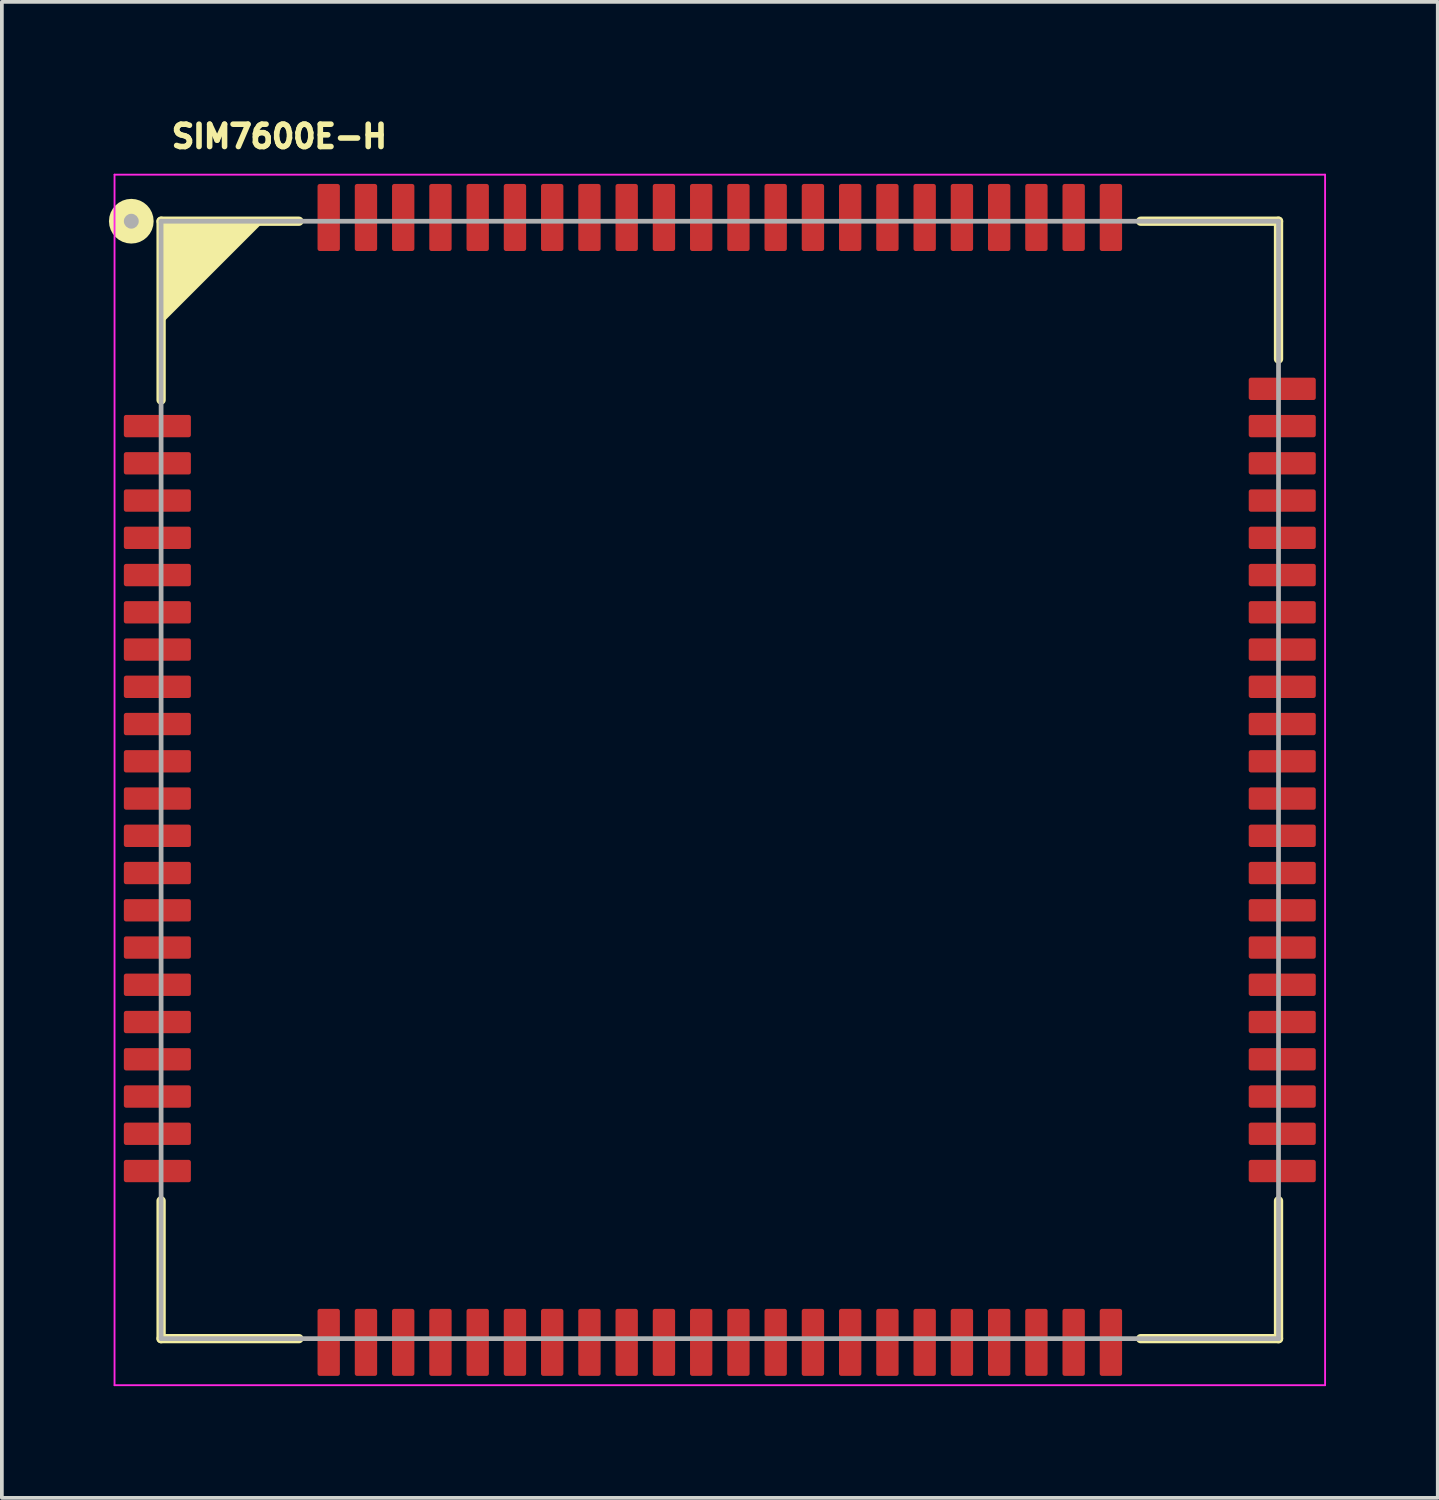
<source format=kicad_pcb>
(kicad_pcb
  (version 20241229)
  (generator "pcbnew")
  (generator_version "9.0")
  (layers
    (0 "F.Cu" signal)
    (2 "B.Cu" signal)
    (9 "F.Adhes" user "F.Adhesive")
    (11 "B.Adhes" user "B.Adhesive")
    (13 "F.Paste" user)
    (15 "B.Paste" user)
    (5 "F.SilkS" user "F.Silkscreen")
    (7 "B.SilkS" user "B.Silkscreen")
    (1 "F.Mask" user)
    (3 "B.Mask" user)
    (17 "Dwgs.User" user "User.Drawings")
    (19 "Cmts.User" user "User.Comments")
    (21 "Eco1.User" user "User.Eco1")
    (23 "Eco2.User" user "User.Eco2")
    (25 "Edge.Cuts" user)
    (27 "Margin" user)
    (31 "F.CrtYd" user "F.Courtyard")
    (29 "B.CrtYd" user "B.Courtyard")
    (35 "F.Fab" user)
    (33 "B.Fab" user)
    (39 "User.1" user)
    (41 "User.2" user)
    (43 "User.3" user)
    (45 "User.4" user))
  (footprint "SIM7600E-H"
    (layer "F.Cu")
    (at 16.275 17.889)
    (property "Reference" "SIM7600E-H" (at -11.825 -17.275 0) (layer "F.SilkS") (effects (font (size 0.6 0.6) (thickness 0.15))))
    (attr smd)
    (fp_line (start -15 -15) (end -11.3 -15) (stroke (width 0.25) (type solid)) (layer "F.SilkS"))
    (fp_line (start -15 -10.2) (end -15 -15) (stroke (width 0.25) (type solid)) (layer "F.SilkS"))
    (fp_line (start -15 15) (end -15 11.3) (stroke (width 0.25) (type solid)) (layer "F.SilkS"))
    (fp_line (start -11.3 15) (end -15 15) (stroke (width 0.25) (type solid)) (layer "F.SilkS"))
    (fp_line (start 11.3 -15) (end 15 -15) (stroke (width 0.25) (type solid)) (layer "F.SilkS"))
    (fp_line (start 15 -15) (end 15 -11.3) (stroke (width 0.25) (type solid)) (layer "F.SilkS"))
    (fp_line (start 15 11.3) (end 15 15) (stroke (width 0.25) (type solid)) (layer "F.SilkS"))
    (fp_line (start 15 15) (end 11.3 15) (stroke (width 0.25) (type solid)) (layer "F.SilkS"))
    (fp_circle (center -15.8 -15) (end -15.7 -15) (stroke (width 0.5) (type solid)) (fill no) (layer "F.SilkS"))
    (fp_poly (pts (xy -12.3 -15) (xy -15 -15) (xy -15 -12.3)) (stroke (width 0.1) (type solid)) (fill yes) (layer "F.SilkS"))
    (fp_line (start -16.25 -16.25) (end 16.25 -16.25) (stroke (width 0.05) (type solid)) (layer "F.CrtYd"))
    (fp_line (start -16.25 16.25) (end -16.25 -16.25) (stroke (width 0.05) (type solid)) (layer "F.CrtYd"))
    (fp_line (start 16.25 -16.25) (end 16.25 16.25) (stroke (width 0.05) (type solid)) (layer "F.CrtYd"))
    (fp_line (start 16.25 16.25) (end -16.25 16.25) (stroke (width 0.05) (type solid)) (layer "F.CrtYd"))
    (fp_line (start -15 -15) (end 15 -15) (stroke (width 0.127) (type solid)) (layer "F.Fab"))
    (fp_line (start -15 15) (end -15 -15) (stroke (width 0.127) (type solid)) (layer "F.Fab"))
    (fp_line (start 15 -15) (end 15 15) (stroke (width 0.127) (type solid)) (layer "F.Fab"))
    (fp_line (start 15 15) (end -15 15) (stroke (width 0.127) (type solid)) (layer "F.Fab"))
    (fp_circle (center -15.8 -15) (end -15.7 -15) (stroke (width 0.2) (type solid)) (fill no) (layer "F.Fab"))
    (pad "1" smd roundrect (at -15.1 -9.5) (size 1.8 0.6) (layers "F.Cu" "F.Mask" "F.Paste") (roundrect_rratio 0.1))
    (pad "2" smd roundrect (at -15.1 -8.5) (size 1.8 0.6) (layers "F.Cu" "F.Mask" "F.Paste") (roundrect_rratio 0.1))
    (pad "3" smd roundrect (at -15.1 -7.5) (size 1.8 0.6) (layers "F.Cu" "F.Mask" "F.Paste") (roundrect_rratio 0.1))
    (pad "4" smd roundrect (at -15.1 -6.5) (size 1.8 0.6) (layers "F.Cu" "F.Mask" "F.Paste") (roundrect_rratio 0.1))
    (pad "5" smd roundrect (at -15.1 -5.5) (size 1.8 0.6) (layers "F.Cu" "F.Mask" "F.Paste") (roundrect_rratio 0.1))
    (pad "6" smd roundrect (at -15.1 -4.5) (size 1.8 0.6) (layers "F.Cu" "F.Mask" "F.Paste") (roundrect_rratio 0.1))
    (pad "7" smd roundrect (at -15.1 -3.5) (size 1.8 0.6) (layers "F.Cu" "F.Mask" "F.Paste") (roundrect_rratio 0.1))
    (pad "8" smd roundrect (at -15.1 -2.5) (size 1.8 0.6) (layers "F.Cu" "F.Mask" "F.Paste") (roundrect_rratio 0.1))
    (pad "9" smd roundrect (at -15.1 -1.5) (size 1.8 0.6) (layers "F.Cu" "F.Mask" "F.Paste") (roundrect_rratio 0.1))
    (pad "10" smd roundrect (at -15.1 -0.5) (size 1.8 0.6) (layers "F.Cu" "F.Mask" "F.Paste") (roundrect_rratio 0.1))
    (pad "11" smd roundrect (at -15.1 0.5) (size 1.8 0.6) (layers "F.Cu" "F.Mask" "F.Paste") (roundrect_rratio 0.1))
    (pad "12" smd roundrect (at -15.1 1.5) (size 1.8 0.6) (layers "F.Cu" "F.Mask" "F.Paste") (roundrect_rratio 0.1))
    (pad "13" smd roundrect (at -15.1 2.5) (size 1.8 0.6) (layers "F.Cu" "F.Mask" "F.Paste") (roundrect_rratio 0.1))
    (pad "14" smd roundrect (at -15.1 3.5) (size 1.8 0.6) (layers "F.Cu" "F.Mask" "F.Paste") (roundrect_rratio 0.1))
    (pad "15" smd roundrect (at -15.1 4.5) (size 1.8 0.6) (layers "F.Cu" "F.Mask" "F.Paste") (roundrect_rratio 0.1))
    (pad "16" smd roundrect (at -15.1 5.5) (size 1.8 0.6) (layers "F.Cu" "F.Mask" "F.Paste") (roundrect_rratio 0.1))
    (pad "17" smd roundrect (at -15.1 6.5) (size 1.8 0.6) (layers "F.Cu" "F.Mask" "F.Paste") (roundrect_rratio 0.1))
    (pad "18" smd roundrect (at -15.1 7.5) (size 1.8 0.6) (layers "F.Cu" "F.Mask" "F.Paste") (roundrect_rratio 0.1))
    (pad "19" smd roundrect (at -15.1 8.5) (size 1.8 0.6) (layers "F.Cu" "F.Mask" "F.Paste") (roundrect_rratio 0.1))
    (pad "20" smd roundrect (at -15.1 9.5) (size 1.8 0.6) (layers "F.Cu" "F.Mask" "F.Paste") (roundrect_rratio 0.1))
    (pad "21" smd roundrect (at -9.5 15.1 90) (size 1.8 0.6) (layers "F.Cu" "F.Mask" "F.Paste") (roundrect_rratio 0.1))
    (pad "22" smd roundrect (at -8.5 15.1 90) (size 1.8 0.6) (layers "F.Cu" "F.Mask" "F.Paste") (roundrect_rratio 0.1))
    (pad "23" smd roundrect (at -7.5 15.1 90) (size 1.8 0.6) (layers "F.Cu" "F.Mask" "F.Paste") (roundrect_rratio 0.1))
    (pad "24" smd roundrect (at -6.5 15.1 90) (size 1.8 0.6) (layers "F.Cu" "F.Mask" "F.Paste") (roundrect_rratio 0.1))
    (pad "25" smd roundrect (at -5.5 15.1 90) (size 1.8 0.6) (layers "F.Cu" "F.Mask" "F.Paste") (roundrect_rratio 0.1))
    (pad "26" smd roundrect (at -4.5 15.1 90) (size 1.8 0.6) (layers "F.Cu" "F.Mask" "F.Paste") (roundrect_rratio 0.1))
    (pad "27" smd roundrect (at -3.5 15.1 90) (size 1.8 0.6) (layers "F.Cu" "F.Mask" "F.Paste") (roundrect_rratio 0.1))
    (pad "28" smd roundrect (at -2.5 15.1 90) (size 1.8 0.6) (layers "F.Cu" "F.Mask" "F.Paste") (roundrect_rratio 0.1))
    (pad "29" smd roundrect (at -1.5 15.1 90) (size 1.8 0.6) (layers "F.Cu" "F.Mask" "F.Paste") (roundrect_rratio 0.1))
    (pad "30" smd roundrect (at -0.5 15.1 90) (size 1.8 0.6) (layers "F.Cu" "F.Mask" "F.Paste") (roundrect_rratio 0.1))
    (pad "31" smd roundrect (at 0.5 15.1 90) (size 1.8 0.6) (layers "F.Cu" "F.Mask" "F.Paste") (roundrect_rratio 0.1))
    (pad "32" smd roundrect (at 1.5 15.1 90) (size 1.8 0.6) (layers "F.Cu" "F.Mask" "F.Paste") (roundrect_rratio 0.1))
    (pad "33" smd roundrect (at 2.5 15.1 90) (size 1.8 0.6) (layers "F.Cu" "F.Mask" "F.Paste") (roundrect_rratio 0.1))
    (pad "34" smd roundrect (at 3.5 15.1 90) (size 1.8 0.6) (layers "F.Cu" "F.Mask" "F.Paste") (roundrect_rratio 0.1))
    (pad "35" smd roundrect (at 4.5 15.1 90) (size 1.8 0.6) (layers "F.Cu" "F.Mask" "F.Paste") (roundrect_rratio 0.1))
    (pad "36" smd roundrect (at 5.5 15.1 90) (size 1.8 0.6) (layers "F.Cu" "F.Mask" "F.Paste") (roundrect_rratio 0.1))
    (pad "37" smd roundrect (at 6.5 15.1 90) (size 1.8 0.6) (layers "F.Cu" "F.Mask" "F.Paste") (roundrect_rratio 0.1))
    (pad "38" smd roundrect (at 7.5 15.1 90) (size 1.8 0.6) (layers "F.Cu" "F.Mask" "F.Paste") (roundrect_rratio 0.1))
    (pad "39" smd roundrect (at 8.5 15.1 90) (size 1.8 0.6) (layers "F.Cu" "F.Mask" "F.Paste") (roundrect_rratio 0.1))
    (pad "40" smd roundrect (at 9.5 15.1 90) (size 1.8 0.6) (layers "F.Cu" "F.Mask" "F.Paste") (roundrect_rratio 0.1))
    (pad "41" smd roundrect (at 15.1 9.5) (size 1.8 0.6) (layers "F.Cu" "F.Mask" "F.Paste") (roundrect_rratio 0.1))
    (pad "42" smd roundrect (at 15.1 8.5) (size 1.8 0.6) (layers "F.Cu" "F.Mask" "F.Paste") (roundrect_rratio 0.1))
    (pad "43" smd roundrect (at 15.1 7.5) (size 1.8 0.6) (layers "F.Cu" "F.Mask" "F.Paste") (roundrect_rratio 0.1))
    (pad "44" smd roundrect (at 15.1 6.5) (size 1.8 0.6) (layers "F.Cu" "F.Mask" "F.Paste") (roundrect_rratio 0.1))
    (pad "45" smd roundrect (at 15.1 5.5) (size 1.8 0.6) (layers "F.Cu" "F.Mask" "F.Paste") (roundrect_rratio 0.1))
    (pad "46" smd roundrect (at 15.1 4.5) (size 1.8 0.6) (layers "F.Cu" "F.Mask" "F.Paste") (roundrect_rratio 0.1))
    (pad "47" smd roundrect (at 15.1 3.5) (size 1.8 0.6) (layers "F.Cu" "F.Mask" "F.Paste") (roundrect_rratio 0.1))
    (pad "48" smd roundrect (at 15.1 2.5) (size 1.8 0.6) (layers "F.Cu" "F.Mask" "F.Paste") (roundrect_rratio 0.1))
    (pad "49" smd roundrect (at 15.1 1.5) (size 1.8 0.6) (layers "F.Cu" "F.Mask" "F.Paste") (roundrect_rratio 0.1))
    (pad "50" smd roundrect (at 15.1 0.5) (size 1.8 0.6) (layers "F.Cu" "F.Mask" "F.Paste") (roundrect_rratio 0.1))
    (pad "51" smd roundrect (at 15.1 -0.5) (size 1.8 0.6) (layers "F.Cu" "F.Mask" "F.Paste") (roundrect_rratio 0.1))
    (pad "52" smd roundrect (at 15.1 -1.5) (size 1.8 0.6) (layers "F.Cu" "F.Mask" "F.Paste") (roundrect_rratio 0.1))
    (pad "53" smd roundrect (at 15.1 -2.5) (size 1.8 0.6) (layers "F.Cu" "F.Mask" "F.Paste") (roundrect_rratio 0.1))
    (pad "54" smd roundrect (at 15.1 -3.5) (size 1.8 0.6) (layers "F.Cu" "F.Mask" "F.Paste") (roundrect_rratio 0.1))
    (pad "55" smd roundrect (at 15.1 -4.5) (size 1.8 0.6) (layers "F.Cu" "F.Mask" "F.Paste") (roundrect_rratio 0.1))
    (pad "56" smd roundrect (at 15.1 -5.5) (size 1.8 0.6) (layers "F.Cu" "F.Mask" "F.Paste") (roundrect_rratio 0.1))
    (pad "57" smd roundrect (at 15.1 -6.5) (size 1.8 0.6) (layers "F.Cu" "F.Mask" "F.Paste") (roundrect_rratio 0.1))
    (pad "58" smd roundrect (at 15.1 -7.5) (size 1.8 0.6) (layers "F.Cu" "F.Mask" "F.Paste") (roundrect_rratio 0.1))
    (pad "59" smd roundrect (at 15.1 -8.5) (size 1.8 0.6) (layers "F.Cu" "F.Mask" "F.Paste") (roundrect_rratio 0.1))
    (pad "60" smd roundrect (at 15.1 -9.5) (size 1.8 0.6) (layers "F.Cu" "F.Mask" "F.Paste") (roundrect_rratio 0.1))
    (pad "61" smd roundrect (at 9.5 -15.1 90) (size 1.8 0.6) (layers "F.Cu" "F.Mask" "F.Paste") (roundrect_rratio 0.1))
    (pad "62" smd roundrect (at 8.5 -15.1 90) (size 1.8 0.6) (layers "F.Cu" "F.Mask" "F.Paste") (roundrect_rratio 0.1))
    (pad "63" smd roundrect (at 7.5 -15.1 90) (size 1.8 0.6) (layers "F.Cu" "F.Mask" "F.Paste") (roundrect_rratio 0.1))
    (pad "64" smd roundrect (at 6.5 -15.1 90) (size 1.8 0.6) (layers "F.Cu" "F.Mask" "F.Paste") (roundrect_rratio 0.1))
    (pad "65" smd roundrect (at 5.5 -15.1 90) (size 1.8 0.6) (layers "F.Cu" "F.Mask" "F.Paste") (roundrect_rratio 0.1))
    (pad "66" smd roundrect (at 4.5 -15.1 90) (size 1.8 0.6) (layers "F.Cu" "F.Mask" "F.Paste") (roundrect_rratio 0.1))
    (pad "67" smd roundrect (at 3.5 -15.1 90) (size 1.8 0.6) (layers "F.Cu" "F.Mask" "F.Paste") (roundrect_rratio 0.1))
    (pad "68" smd roundrect (at 2.5 -15.1 90) (size 1.8 0.6) (layers "F.Cu" "F.Mask" "F.Paste") (roundrect_rratio 0.1))
    (pad "69" smd roundrect (at 1.5 -15.1 90) (size 1.8 0.6) (layers "F.Cu" "F.Mask" "F.Paste") (roundrect_rratio 0.1))
    (pad "70" smd roundrect (at 0.5 -15.1 90) (size 1.8 0.6) (layers "F.Cu" "F.Mask" "F.Paste") (roundrect_rratio 0.1))
    (pad "71" smd roundrect (at -0.5 -15.1 90) (size 1.8 0.6) (layers "F.Cu" "F.Mask" "F.Paste") (roundrect_rratio 0.1))
    (pad "72" smd roundrect (at -1.5 -15.1 90) (size 1.8 0.6) (layers "F.Cu" "F.Mask" "F.Paste") (roundrect_rratio 0.1))
    (pad "73" smd roundrect (at -2.5 -15.1 90) (size 1.8 0.6) (layers "F.Cu" "F.Mask" "F.Paste") (roundrect_rratio 0.1))
    (pad "74" smd roundrect (at -3.5 -15.1 90) (size 1.8 0.6) (layers "F.Cu" "F.Mask" "F.Paste") (roundrect_rratio 0.1))
    (pad "75" smd roundrect (at -4.5 -15.1 90) (size 1.8 0.6) (layers "F.Cu" "F.Mask" "F.Paste") (roundrect_rratio 0.1))
    (pad "76" smd roundrect (at -5.5 -15.1 90) (size 1.8 0.6) (layers "F.Cu" "F.Mask" "F.Paste") (roundrect_rratio 0.1))
    (pad "77" smd roundrect (at -6.5 -15.1 90) (size 1.8 0.6) (layers "F.Cu" "F.Mask" "F.Paste") (roundrect_rratio 0.1))
    (pad "78" smd roundrect (at -7.5 -15.1 90) (size 1.8 0.6) (layers "F.Cu" "F.Mask" "F.Paste") (roundrect_rratio 0.1))
    (pad "79" smd roundrect (at -8.5 -15.1 90) (size 1.8 0.6) (layers "F.Cu" "F.Mask" "F.Paste") (roundrect_rratio 0.1))
    (pad "80" smd roundrect (at -9.5 -15.1 90) (size 1.8 0.6) (layers "F.Cu" "F.Mask" "F.Paste") (roundrect_rratio 0.1))
    (pad "81" smd roundrect (at -15.1 10.5) (size 1.8 0.6) (layers "F.Cu" "F.Mask" "F.Paste") (roundrect_rratio 0.1))
    (pad "82" smd roundrect (at 15.1 10.5) (size 1.8 0.6) (layers "F.Cu" "F.Mask" "F.Paste") (roundrect_rratio 0.1))
    (pad "83" smd roundrect (at 10.5 15.1 90) (size 1.8 0.6) (layers "F.Cu" "F.Mask" "F.Paste") (roundrect_rratio 0.1))
    (pad "84" smd roundrect (at -10.5 15.1 90) (size 1.8 0.6) (layers "F.Cu" "F.Mask" "F.Paste") (roundrect_rratio 0.1))
    (pad "85" smd roundrect (at 15.1 -10.5) (size 1.8 0.6) (layers "F.Cu" "F.Mask" "F.Paste") (roundrect_rratio 0.1))
    (pad "86" smd roundrect (at -10.5 -15.1 90) (size 1.8 0.6) (layers "F.Cu" "F.Mask" "F.Paste") (roundrect_rratio 0.1))
    (pad "87" smd roundrect (at 10.5 -15.1 90) (size 1.8 0.6) (layers "F.Cu" "F.Mask" "F.Paste") (roundrect_rratio 0.1))
    (zone (net_name "") (layer "F.Cu") (hatch full 0.508) (connect_pads) (min_thickness 0.01) (filled_areas_thickness no) (keepout (tracks not_allowed) (vias not_allowed) (pads not_allowed) (copperpour not_allowed) (footprints allowed)) (placement (enabled no)) (fill) (polygon (pts (xy 2.475 7.189) (xy 4.875 7.189) (xy 4.875 9.589) (xy 2.475 9.589))))
    (zone (net_name "") (layers "F.Cu" "B.Cu") (hatch full 0.508) (connect_pads) (min_thickness 0.01) (filled_areas_thickness no) (keepout (tracks allowed) (vias not_allowed) (pads allowed) (copperpour allowed) (footprints allowed)) (placement (enabled no)) (fill) (polygon (pts (xy 2.475 7.189) (xy 4.875 7.189) (xy 4.875 9.589) (xy 2.475 9.589)))))
  (gr_rect
    (start -3 -3)
    (end 35.55 37.164)
    (stroke (width 0.1) (type default))
    (fill no)
    (layer "Edge.Cuts")))
</source>
